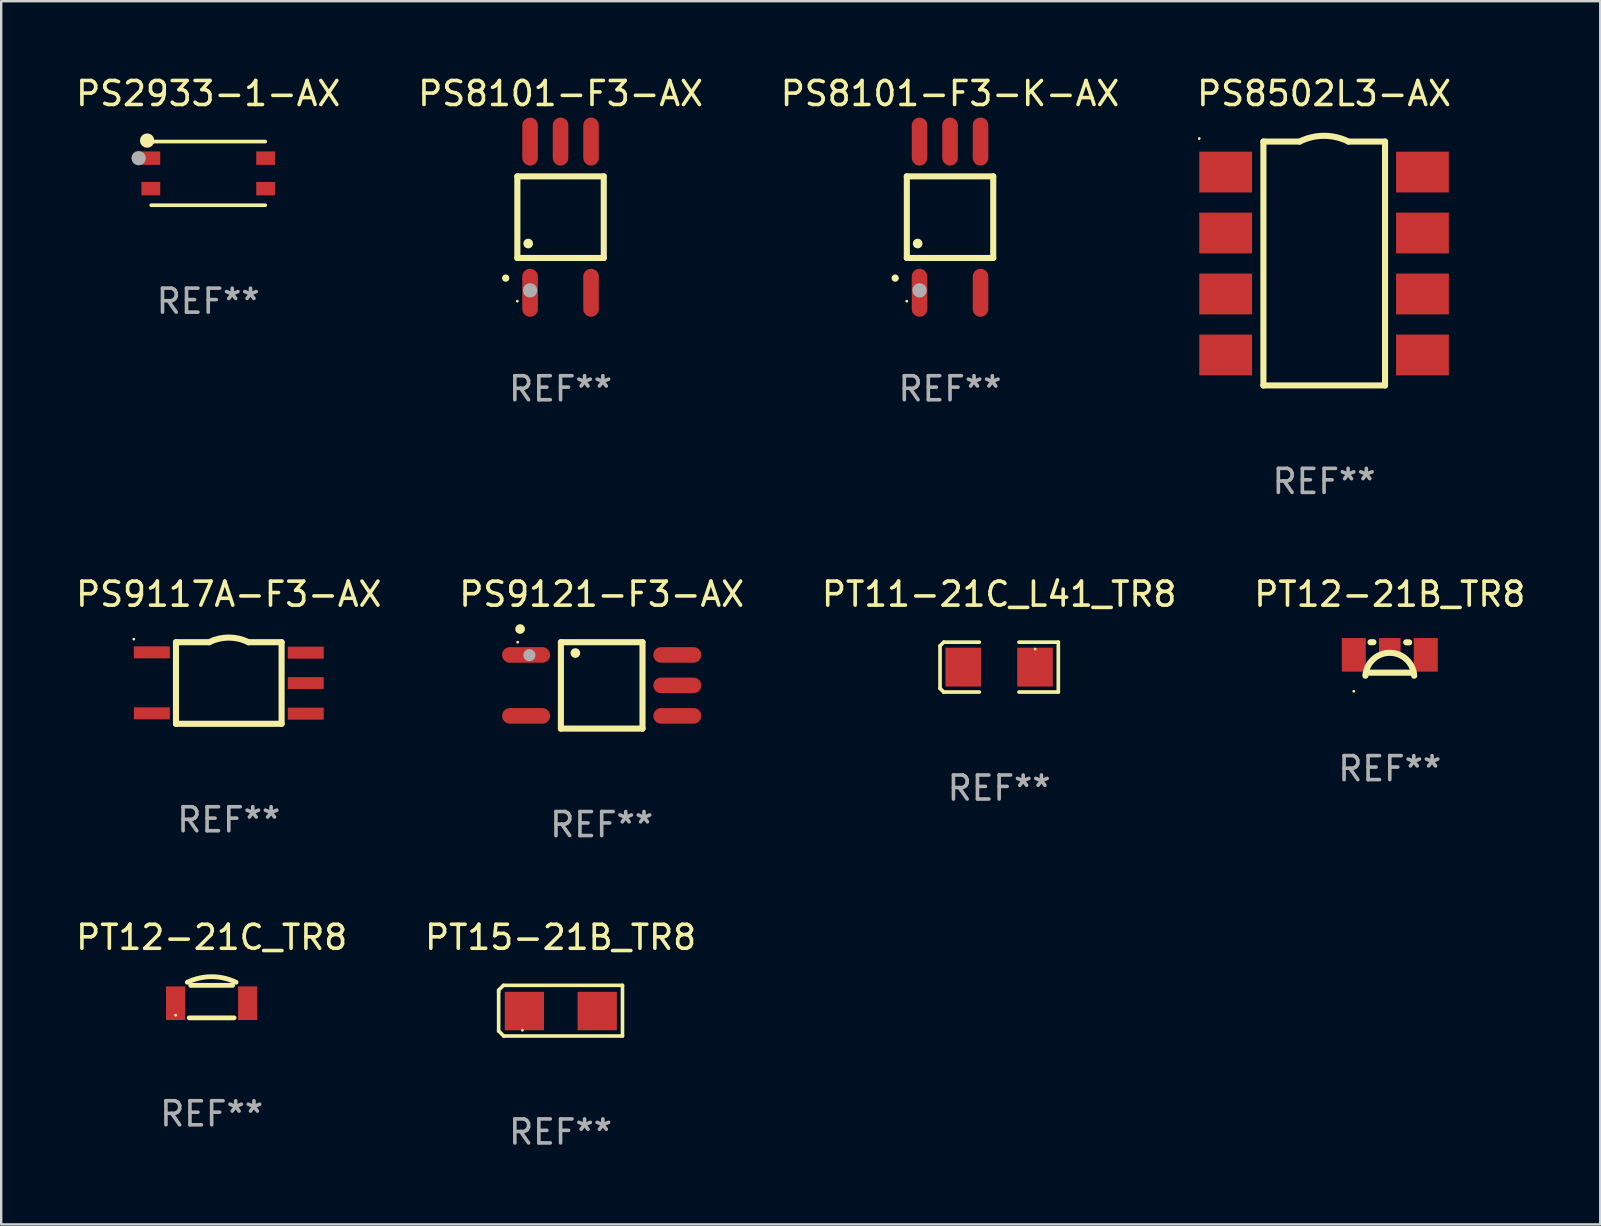
<source format=kicad_pcb>
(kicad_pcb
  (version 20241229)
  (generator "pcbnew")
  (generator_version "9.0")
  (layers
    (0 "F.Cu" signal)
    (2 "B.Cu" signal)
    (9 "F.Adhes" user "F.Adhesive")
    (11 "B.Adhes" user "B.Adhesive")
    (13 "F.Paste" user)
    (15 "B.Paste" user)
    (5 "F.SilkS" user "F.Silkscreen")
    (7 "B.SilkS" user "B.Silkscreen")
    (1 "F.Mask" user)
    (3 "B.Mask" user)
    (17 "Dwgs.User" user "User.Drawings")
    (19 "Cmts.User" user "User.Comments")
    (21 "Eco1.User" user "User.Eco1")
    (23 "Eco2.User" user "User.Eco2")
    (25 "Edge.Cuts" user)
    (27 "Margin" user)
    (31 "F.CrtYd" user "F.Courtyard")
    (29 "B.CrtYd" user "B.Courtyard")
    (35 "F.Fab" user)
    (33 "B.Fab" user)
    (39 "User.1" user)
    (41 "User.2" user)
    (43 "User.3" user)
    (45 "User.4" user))
  (footprint "PT12-21C_TR8"
    (layer "F.Cu")
    (at 5.768 38.678)
    (property "Reference" "PT12-21C_TR8" (at 0 -2.677 0) (layer "F.SilkS") (effects (font (size 1 1) (thickness 0.15))))
    (attr through_hole)
    (fp_line (start -0.935 0.677) (end 0.935 0.677) (stroke (width 0.2) (type solid)) (layer "F.SilkS"))
    (fp_line (start -0.873 -0.677) (end 0.873 -0.677) (stroke (width 0.2) (type solid)) (layer "F.SilkS"))
    (fp_arc (start -1.0159 -0.803569) (mid 0.000102 -1.036897) (end 1.016104 -0.803569) (stroke (width 0.2) (type solid)) (layer "F.SilkS"))
    (fp_circle (center -1.5 0.567) (end -1.47 0.567) (stroke (width 0.06) (type solid)) (fill no) (layer "F.SilkS"))
    (fp_text user "REF**" (at 0 4.677 0) (layer "F.Fab") (effects (font (size 1 1) (thickness 0.15))))
    (pad "1" smd rect (at -1.5 0.067 180) (size 0.8 1.4) (layers "F.Cu" "F.Mask" "F.Paste"))
    (pad "2" smd rect (at 1.5 0.067 180) (size 0.8 1.4) (layers "F.Cu" "F.Mask" "F.Paste")))
  (footprint "PS9117A-F3-AX"
    (layer "F.Cu")
    (at 6.482 25.405)
    (property "Reference" "PS9117A-F3-AX" (at 0 -3.7 0) (layer "F.SilkS") (effects (font (size 1 1) (thickness 0.15))))
    (attr through_hole)
    (fp_line (start -2.2 -1.7) (end -2.2 1.7) (stroke (width 0.254) (type solid)) (layer "F.SilkS"))
    (fp_line (start -0.819 -1.7) (end -2.2 -1.7) (stroke (width 0.254) (type solid)) (layer "F.SilkS"))
    (fp_line (start 2.2 -1.7) (end 0.819 -1.7) (stroke (width 0.254) (type solid)) (layer "F.SilkS"))
    (fp_line (start 2.2 -1.7) (end 2.2 1.7) (stroke (width 0.254) (type solid)) (layer "F.SilkS"))
    (fp_line (start 2.2 1.7) (end -2.2 1.7) (stroke (width 0.254) (type solid)) (layer "F.SilkS"))
    (fp_arc (start -0.819126 -1.7) (mid -0.000218 -1.892812) (end 0.818517 -1.699263) (stroke (width 0.254001) (type solid)) (layer "F.SilkS"))
    (fp_circle (center -3.957 -1.827) (end -3.927 -1.827) (stroke (width 0.06) (type solid)) (fill no) (layer "F.SilkS"))
    (fp_text user "REF**" (at 0 5.7 0) (layer "F.Fab") (effects (font (size 1 1) (thickness 0.15))))
    (pad "1" smd rect (at -3.206 -1.276) (size 1.5 0.5) (layers "F.Cu" "F.Mask" "F.Paste"))
    (pad "2" smd rect (at -3.206 1.264) (size 1.5 0.5) (layers "F.Cu" "F.Mask" "F.Paste"))
    (pad "3" smd rect (at 3.206 1.276) (size 1.5 0.5) (layers "F.Cu" "F.Mask" "F.Paste"))
    (pad "4" smd rect (at 3.206 0.006) (size 1.5 0.5) (layers "F.Cu" "F.Mask" "F.Paste"))
    (pad "5" smd rect (at 3.206 -1.264) (size 1.5 0.5) (layers "F.Cu" "F.Mask" "F.Paste")))
  (footprint "PT11-21C_L41_TR8"
    (layer "F.Cu")
    (at 38.577 24.743)
    (property "Reference" "PT11-21C_L41_TR8" (at 0 -3.039 0) (layer "F.SilkS") (effects (font (size 1 1) (thickness 0.15))))
    (attr through_hole)
    (fp_line (start -2.464 -0.886) (end -2.311 -1.039) (stroke (width 0.152) (type solid)) (layer "F.SilkS"))
    (fp_line (start -2.464 0.886) (end -2.464 -0.886) (stroke (width 0.152) (type solid)) (layer "F.SilkS"))
    (fp_line (start -2.311 -1.039) (end -0.826 -1.039) (stroke (width 0.152) (type solid)) (layer "F.SilkS"))
    (fp_line (start -2.311 1.039) (end -2.464 0.886) (stroke (width 0.152) (type solid)) (layer "F.SilkS"))
    (fp_line (start -0.826 1.039) (end -2.311 1.039) (stroke (width 0.152) (type solid)) (layer "F.SilkS"))
    (fp_line (start 0.826 1.039) (end 2.464 1.039) (stroke (width 0.152) (type solid)) (layer "F.SilkS"))
    (fp_line (start 2.464 -1.039) (end 0.826 -1.039) (stroke (width 0.152) (type solid)) (layer "F.SilkS"))
    (fp_line (start 2.464 1.039) (end 2.464 -1.039) (stroke (width 0.152) (type solid)) (layer "F.SilkS"))
    (fp_circle (center 1.5 -0.75) (end 1.53 -0.75) (stroke (width 0.06) (type solid)) (fill no) (layer "F.SilkS"))
    (fp_text user "REF**" (at 0 5.039 0) (layer "F.Fab") (effects (font (size 1 1) (thickness 0.15))))
    (pad "1" smd rect (at 1.493 0) (size 1.485 1.62) (layers "F.Cu" "F.Mask" "F.Paste"))
    (pad "2" smd rect (at -1.493 0) (size 1.485 1.62) (layers "F.Cu" "F.Mask" "F.Paste")))
  (footprint "PS9121-F3-AX"
    (layer "F.Cu")
    (at 22.018 25.505)
    (property "Reference" "PS9121-F3-AX" (at 0 -3.8 0) (layer "F.SilkS") (effects (font (size 1 1) (thickness 0.15))))
    (attr through_hole)
    (fp_line (start -1.7 -1.8) (end -1.7 1.8) (stroke (width 0.254) (type solid)) (layer "F.SilkS"))
    (fp_line (start -1.7 1.8) (end 1.7 1.8) (stroke (width 0.254) (type solid)) (layer "F.SilkS"))
    (fp_line (start 1.7 -1.8) (end -1.7 -1.8) (stroke (width 0.254) (type solid)) (layer "F.SilkS"))
    (fp_line (start 1.7 1.8) (end 1.7 -1.8) (stroke (width 0.254) (type solid)) (layer "F.SilkS"))
    (fp_arc (start -3.400889 -2.349505) (mid -3.399619 -2.34951) (end -3.398349 -2.349505) (stroke (width 0.4) (type solid)) (layer "F.SilkS"))
    (fp_arc (start -1.099644 -1.348743) (mid -1.098374 -1.348747) (end -1.097104 -1.348743) (stroke (width 0.4) (type solid)) (layer "F.SilkS"))
    (fp_circle (center -3.5 -1.8) (end -3.47 -1.8) (stroke (width 0.06) (type solid)) (fill no) (layer "F.SilkS"))
    (fp_circle (center -3.01 -1.26) (end -2.883 -1.26) (stroke (width 0.254) (type solid)) (fill no) (layer "F.Fab"))
    (fp_text user "REF**" (at 0 5.8 0) (layer "F.Fab") (effects (font (size 1 1) (thickness 0.15))))
    (pad "1" smd oval (at -3.15 -1.27 90) (size 0.65 2) (layers "F.Cu" "F.Mask" "F.Paste"))
    (pad "2" smd oval (at -3.149 1.27 90) (size 0.65 2) (layers "F.Cu" "F.Mask" "F.Paste"))
    (pad "3" smd oval (at 3.15 1.27 90) (size 0.65 2) (layers "F.Cu" "F.Mask" "F.Paste"))
    (pad "4" smd oval (at 3.15 0.000076 90) (size 0.65 2) (layers "F.Cu" "F.Mask" "F.Paste"))
    (pad "5" smd oval (at 3.15 -1.27 90) (size 0.65 2) (layers "F.Cu" "F.Mask" "F.Paste")))
  (footprint "PT12-21B_TR8"
    (layer "F.Cu")
    (at 54.851 24.34)
    (property "Reference" "PT12-21B_TR8" (at 0 -2.635 0) (layer "F.SilkS") (effects (font (size 1 1) (thickness 0.15))))
    (attr through_hole)
    (fp_line (start -0.681 -0.635) (end -0.804 -0.633) (stroke (width 0.254) (type solid)) (layer "F.SilkS"))
    (fp_line (start 0.807 -0.627) (end 0.683 -0.63) (stroke (width 0.254) (type solid)) (layer "F.SilkS"))
    (fp_line (start 0.873 0.635) (end -0.873 0.635) (stroke (width 0.254) (type solid)) (layer "F.SilkS"))
    (fp_arc (start -1.016027 0.762002) (mid -0.000025 -0.192602) (end 1.015977 0.762002) (stroke (width 0.254001) (type solid)) (layer "F.SilkS"))
    (fp_circle (center -1.5 1.41) (end -1.47 1.41) (stroke (width 0.06) (type solid)) (fill no) (layer "F.SilkS"))
    (fp_text user "REF**" (at 0 4.635 0) (layer "F.Fab") (effects (font (size 1 1) (thickness 0.15))))
    (pad "1" smd rect (at -1.5 -0.108) (size 1 1.4) (layers "F.Cu" "F.Mask" "F.Paste"))
    (pad "2" smd rect (at 1.5 -0.108) (size 1 1.4) (layers "F.Cu" "F.Mask" "F.Paste"))
    (pad "3" smd rect (at -0.000127 -0.508) (size 0.9 0.6) (layers "F.Cu" "F.Mask" "F.Paste")))
  (footprint "PS8502L3-AX"
    (layer "F.Cu")
    (at 52.113 7.928)
    (property "Reference" "PS8502L3-AX" (at 0 -7.08 0) (layer "F.SilkS") (effects (font (size 1 1) (thickness 0.15))))
    (attr through_hole)
    (fp_line (start -2.527 -5.08) (end -2.527 5.08) (stroke (width 0.254) (type solid)) (layer "F.SilkS"))
    (fp_line (start -2.527 5.08) (end 2.54 5.08) (stroke (width 0.254) (type solid)) (layer "F.SilkS"))
    (fp_line (start -1.016 -5.08) (end -2.527 -5.08) (stroke (width 0.254) (type solid)) (layer "F.SilkS"))
    (fp_line (start 2.54 -5.08) (end 1.016 -5.08) (stroke (width 0.254) (type solid)) (layer "F.SilkS"))
    (fp_line (start 2.54 5.08) (end 2.54 -5.08) (stroke (width 0.254) (type solid)) (layer "F.SilkS"))
    (fp_arc (start -1.016015 -5.08001) (mid -0.000013 -5.319856) (end 1.015989 -5.08001) (stroke (width 0.254001) (type solid)) (layer "F.SilkS"))
    (fp_circle (center -5.2 -5.207) (end -5.17 -5.207) (stroke (width 0.06) (type solid)) (fill no) (layer "F.SilkS"))
    (fp_text user "REF**" (at 0 9.08 0) (layer "F.Fab") (effects (font (size 1 1) (thickness 0.15))))
    (pad "1" smd rect (at -4.1 -3.81 270) (size 1.7 2.2) (layers "F.Cu" "F.Mask" "F.Paste"))
    (pad "2" smd rect (at -4.1 -1.27 270) (size 1.7 2.2) (layers "F.Cu" "F.Mask" "F.Paste"))
    (pad "3" smd rect (at -4.1 1.27 270) (size 1.7 2.2) (layers "F.Cu" "F.Mask" "F.Paste"))
    (pad "4" smd rect (at -4.1 3.81 270) (size 1.7 2.2) (layers "F.Cu" "F.Mask" "F.Paste"))
    (pad "5" smd rect (at 4.1 3.81 270) (size 1.7 2.2) (layers "F.Cu" "F.Mask" "F.Paste"))
    (pad "6" smd rect (at 4.1 1.27 270) (size 1.7 2.2) (layers "F.Cu" "F.Mask" "F.Paste"))
    (pad "7" smd rect (at 4.1 -1.27 270) (size 1.7 2.2) (layers "F.Cu" "F.Mask" "F.Paste"))
    (pad "8" smd rect (at 4.1 -3.81 270) (size 1.7 2.2) (layers "F.Cu" "F.Mask" "F.Paste")))
  (footprint "PS8101-F3-AX"
    (layer "F.Cu")
    (at 20.304 5.998)
    (property "Reference" "PS8101-F3-AX" (at 0 -5.15 0) (layer "F.SilkS") (effects (font (size 1 1) (thickness 0.15))))
    (attr through_hole)
    (fp_line (start -1.8 -1.7) (end -1.8 1.7) (stroke (width 0.254) (type solid)) (layer "F.SilkS"))
    (fp_line (start -1.8 1.7) (end 1.8 1.7) (stroke (width 0.254) (type solid)) (layer "F.SilkS"))
    (fp_line (start 1.8 -1.7) (end -1.8 -1.7) (stroke (width 0.254) (type solid)) (layer "F.SilkS"))
    (fp_line (start 1.8 1.7) (end 1.8 -1.7) (stroke (width 0.254) (type solid)) (layer "F.SilkS"))
    (fp_arc (start -2.285928 2.540005) (mid -2.285926 2.538265) (end -2.285903 2.536525) (stroke (width 0.3) (type solid)) (layer "F.SilkS"))
    (fp_arc (start -1.348743 1.099644) (mid -1.348747 1.098374) (end -1.348743 1.097104) (stroke (width 0.4) (type solid)) (layer "F.SilkS"))
    (fp_circle (center -1.8 3.5) (end -1.77 3.5) (stroke (width 0.06) (type solid)) (fill no) (layer "F.SilkS"))
    (fp_circle (center -1.27 3.048) (end -1.12 3.048) (stroke (width 0.3) (type solid)) (fill no) (layer "F.Fab"))
    (fp_text user "REF**" (at 0 7.15 0) (layer "F.Fab") (effects (font (size 1 1) (thickness 0.15))))
    (pad "1" smd oval (at -1.27 3.15 180) (size 0.65 2) (layers "F.Cu" "F.Mask" "F.Paste"))
    (pad "2" smd oval (at 1.27 3.149 180) (size 0.65 2) (layers "F.Cu" "F.Mask" "F.Paste"))
    (pad "3" smd oval (at 1.27 -3.15 180) (size 0.65 2) (layers "F.Cu" "F.Mask" "F.Paste"))
    (pad "4" smd oval (at 0.000076 -3.15 180) (size 0.65 2) (layers "F.Cu" "F.Mask" "F.Paste"))
    (pad "5" smd oval (at -1.27 -3.15 180) (size 0.65 2) (layers "F.Cu" "F.Mask" "F.Paste")))
  (footprint "PT15-21B_TR8"
    (layer "F.Cu")
    (at 20.304 39.056)
    (property "Reference" "PT15-21B_TR8" (at 0 -3.055 0) (layer "F.SilkS") (effects (font (size 1 1) (thickness 0.15))))
    (attr through_hole)
    (fp_line (start -2.58 -0.855) (end -2.38 -1.055) (stroke (width 0.15) (type solid)) (layer "F.SilkS"))
    (fp_line (start -2.58 -0.775) (end -2.58 -0.855) (stroke (width 0.15) (type solid)) (layer "F.SilkS"))
    (fp_line (start -2.58 -0.775) (end -2.58 0.845) (stroke (width 0.15) (type solid)) (layer "F.SilkS"))
    (fp_line (start -2.58 0.845) (end -2.37 1.055) (stroke (width 0.15) (type solid)) (layer "F.SilkS"))
    (fp_line (start -2.38 -1.055) (end 2.58 -1.055) (stroke (width 0.15) (type solid)) (layer "F.SilkS"))
    (fp_line (start 2.58 -1.055) (end 2.58 1.055) (stroke (width 0.15) (type solid)) (layer "F.SilkS"))
    (fp_line (start 2.58 1.055) (end -2.37 1.055) (stroke (width 0.15) (type solid)) (layer "F.SilkS"))
    (fp_circle (center -1.59 0.815) (end -1.56 0.815) (stroke (width 0.06) (type solid)) (fill no) (layer "F.SilkS"))
    (fp_text user "REF**" (at 0 5.055 0) (layer "F.Fab") (effects (font (size 1 1) (thickness 0.15))))
    (pad "1" smd rect (at -1.507 0.015) (size 1.635 1.6) (layers "F.Cu" "F.Mask" "F.Paste"))
    (pad "2" smd rect (at 1.527 0.015) (size 1.635 1.6) (layers "F.Cu" "F.Mask" "F.Paste")))
  (footprint "PS2933-1-AX"
    (layer "F.Cu")
    (at 5.625 4.174)
    (property "Reference" "PS2933-1-AX" (at 0 -3.326 0) (layer "F.SilkS") (effects (font (size 1 1) (thickness 0.15))))
    (attr through_hole)
    (fp_line (start -2.376 -1.326) (end 2.376 -1.326) (stroke (width 0.152) (type solid)) (layer "F.SilkS"))
    (fp_line (start -2.376 1.326) (end 2.376 1.326) (stroke (width 0.152) (type solid)) (layer "F.SilkS"))
    (fp_circle (center -2.545 -1.367) (end -2.395 -1.367) (stroke (width 0.3) (type solid)) (fill no) (layer "F.SilkS"))
    (fp_circle (center -2.5 -1.25) (end -2.47 -1.25) (stroke (width 0.06) (type solid)) (fill no) (layer "F.SilkS"))
    (fp_circle (center -2.9 -0.635) (end -2.75 -0.635) (stroke (width 0.3) (type solid)) (fill no) (layer "F.Fab"))
    (fp_text user "REF**" (at 0 5.326 0) (layer "F.Fab") (effects (font (size 1 1) (thickness 0.15))))
    (pad "1" smd rect (at -2.392 -0.635) (size 0.785 0.56) (layers "F.Cu" "F.Mask" "F.Paste"))
    (pad "2" smd rect (at -2.392 0.635) (size 0.785 0.56) (layers "F.Cu" "F.Mask" "F.Paste"))
    (pad "3" smd rect (at 2.392 0.635) (size 0.785 0.56) (layers "F.Cu" "F.Mask" "F.Paste"))
    (pad "4" smd rect (at 2.392 -0.635) (size 0.785 0.56) (layers "F.Cu" "F.Mask" "F.Paste")))
  (footprint "PS8101-F3-K-AX"
    (layer "F.Cu")
    (at 36.53 5.998)
    (property "Reference" "PS8101-F3-K-AX" (at 0 -5.15 0) (layer "F.SilkS") (effects (font (size 1 1) (thickness 0.15))))
    (attr through_hole)
    (fp_line (start -1.8 -1.7) (end -1.8 1.7) (stroke (width 0.254) (type solid)) (layer "F.SilkS"))
    (fp_line (start -1.8 1.7) (end 1.8 1.7) (stroke (width 0.254) (type solid)) (layer "F.SilkS"))
    (fp_line (start 1.8 -1.7) (end -1.8 -1.7) (stroke (width 0.254) (type solid)) (layer "F.SilkS"))
    (fp_line (start 1.8 1.7) (end 1.8 -1.7) (stroke (width 0.254) (type solid)) (layer "F.SilkS"))
    (fp_arc (start -2.285928 2.540005) (mid -2.285926 2.538265) (end -2.285903 2.536525) (stroke (width 0.3) (type solid)) (layer "F.SilkS"))
    (fp_arc (start -1.348743 1.099644) (mid -1.348747 1.098374) (end -1.348743 1.097104) (stroke (width 0.4) (type solid)) (layer "F.SilkS"))
    (fp_circle (center -1.8 3.5) (end -1.77 3.5) (stroke (width 0.06) (type solid)) (fill no) (layer "F.SilkS"))
    (fp_circle (center -1.27 3.048) (end -1.12 3.048) (stroke (width 0.3) (type solid)) (fill no) (layer "F.Fab"))
    (fp_text user "REF**" (at 0 7.15 0) (layer "F.Fab") (effects (font (size 1 1) (thickness 0.15))))
    (pad "1" smd oval (at -1.27 3.15 180) (size 0.65 2) (layers "F.Cu" "F.Mask" "F.Paste"))
    (pad "2" smd oval (at 1.27 3.149 180) (size 0.65 2) (layers "F.Cu" "F.Mask" "F.Paste"))
    (pad "3" smd oval (at 1.27 -3.15 180) (size 0.65 2) (layers "F.Cu" "F.Mask" "F.Paste"))
    (pad "4" smd oval (at 0.000076 -3.15 180) (size 0.65 2) (layers "F.Cu" "F.Mask" "F.Paste"))
    (pad "5" smd oval (at -1.27 -3.15 180) (size 0.65 2) (layers "F.Cu" "F.Mask" "F.Paste")))
  (gr_rect
    (start -3 -3)
    (end 63.619 47.96)
    (stroke (width 0.1) (type default))
    (fill no)
    (layer "Edge.Cuts")))
</source>
